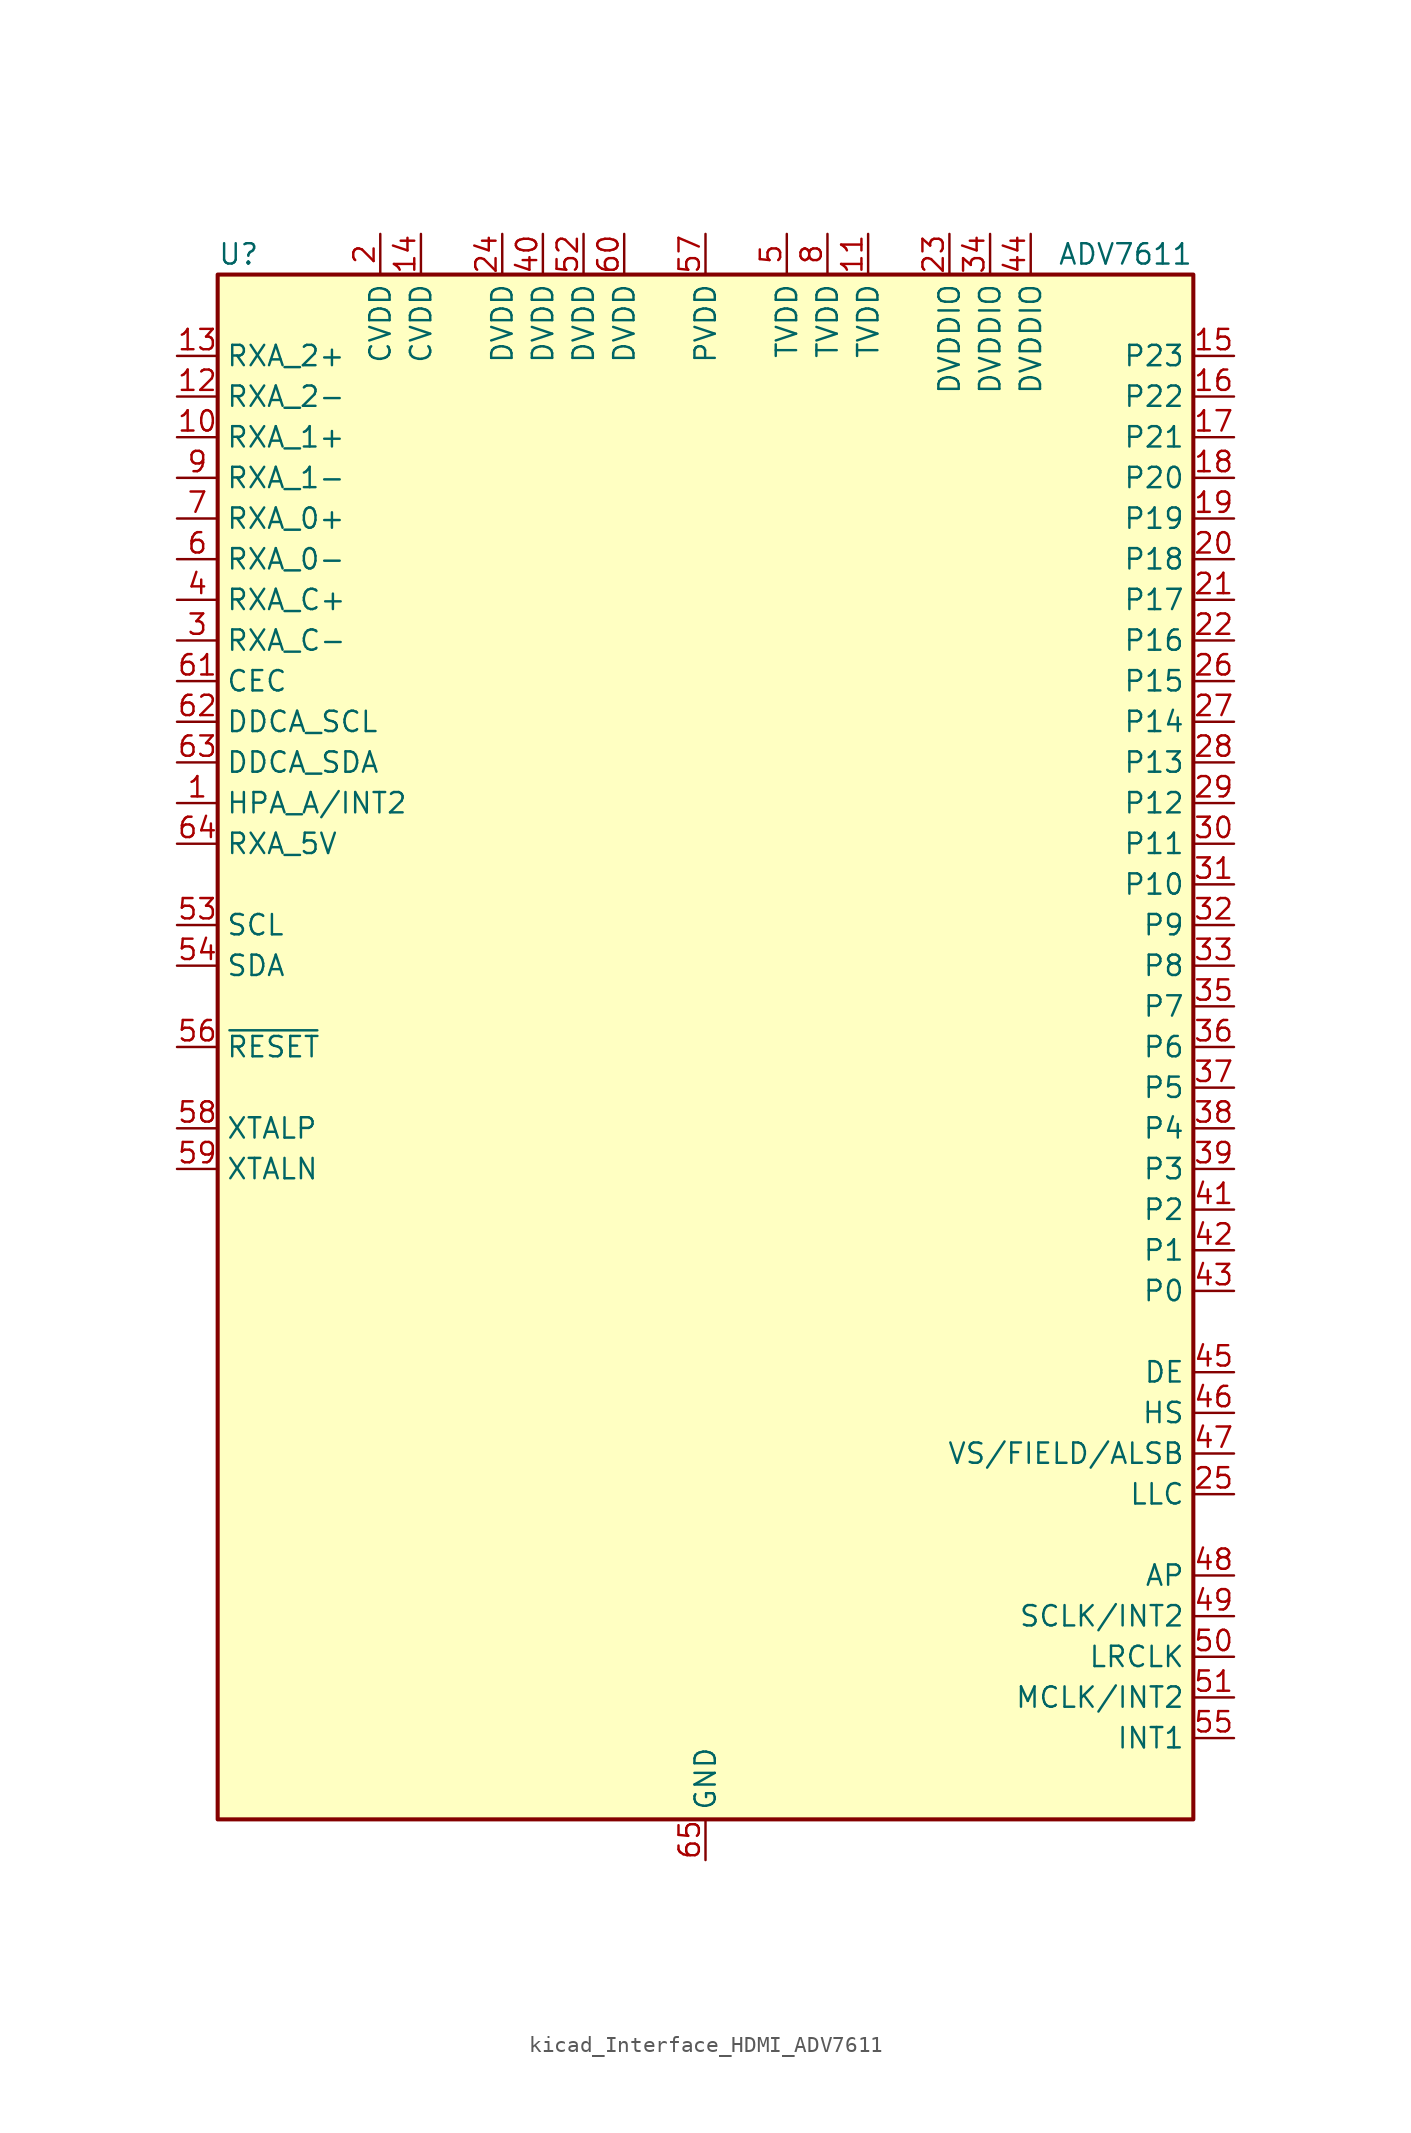
<source format=kicad_sym>
(kicad_symbol_lib
  (version 20220914)
  (generator kicad_symbol_editor)
  (symbol "kicad_Interface_HDMI_ADV7611"
    (property "Reference" "U"
      (at -30.48 49.53 0)
      (effects (font (size 1.27 1.27)) (justify left)))
    (property "Value" "ADV7611"
      (at 30.48 49.53 0)
      (effects (font (size 1.27 1.27)) (justify right)))
    (symbol "kicad_Interface_HDMI_ADV7611_0_1"
      (rectangle (start -30.48 48.26) (end 30.48 -48.26) (stroke (width 0.254) (type default)) (fill (type background))))
    (symbol "kicad_Interface_HDMI_ADV7611_1_1"
      (pin bidirectional line (at -33.02 15.24 0) (length 2.54) (name "HPA_A/INT2" (effects (font (size 1.27 1.27)))) (number "1" (effects (font (size 1.27 1.27)))))
      (pin input line (at -33.02 38.1 0) (length 2.54) (name "RXA_1+" (effects (font (size 1.27 1.27)))) (number "10" (effects (font (size 1.27 1.27)))))
      (pin power_in line (at 10.16 50.8 270) (length 2.54) (name "TVDD" (effects (font (size 1.27 1.27)))) (number "11" (effects (font (size 1.27 1.27)))))
      (pin input line (at -33.02 40.64 0) (length 2.54) (name "RXA_2-" (effects (font (size 1.27 1.27)))) (number "12" (effects (font (size 1.27 1.27)))))
      (pin input line (at -33.02 43.18 0) (length 2.54) (name "RXA_2+" (effects (font (size 1.27 1.27)))) (number "13" (effects (font (size 1.27 1.27)))))
      (pin power_in line (at -17.78 50.8 270) (length 2.54) (name "CVDD" (effects (font (size 1.27 1.27)))) (number "14" (effects (font (size 1.27 1.27)))))
      (pin output line (at 33.02 43.18 180) (length 2.54) (name "P23" (effects (font (size 1.27 1.27)))) (number "15" (effects (font (size 1.27 1.27)))))
      (pin output line (at 33.02 40.64 180) (length 2.54) (name "P22" (effects (font (size 1.27 1.27)))) (number "16" (effects (font (size 1.27 1.27)))))
      (pin output line (at 33.02 38.1 180) (length 2.54) (name "P21" (effects (font (size 1.27 1.27)))) (number "17" (effects (font (size 1.27 1.27)))))
      (pin output line (at 33.02 35.56 180) (length 2.54) (name "P20" (effects (font (size 1.27 1.27)))) (number "18" (effects (font (size 1.27 1.27)))))
      (pin output line (at 33.02 33.02 180) (length 2.54) (name "P19" (effects (font (size 1.27 1.27)))) (number "19" (effects (font (size 1.27 1.27)))))
      (pin power_in line (at -20.32 50.8 270) (length 2.54) (name "CVDD" (effects (font (size 1.27 1.27)))) (number "2" (effects (font (size 1.27 1.27)))))
      (pin output line (at 33.02 30.48 180) (length 2.54) (name "P18" (effects (font (size 1.27 1.27)))) (number "20" (effects (font (size 1.27 1.27)))))
      (pin output line (at 33.02 27.94 180) (length 2.54) (name "P17" (effects (font (size 1.27 1.27)))) (number "21" (effects (font (size 1.27 1.27)))))
      (pin output line (at 33.02 25.4 180) (length 2.54) (name "P16" (effects (font (size 1.27 1.27)))) (number "22" (effects (font (size 1.27 1.27)))))
      (pin power_in line (at 15.24 50.8 270) (length 2.54) (name "DVDDIO" (effects (font (size 1.27 1.27)))) (number "23" (effects (font (size 1.27 1.27)))))
      (pin power_in line (at -12.7 50.8 270) (length 2.54) (name "DVDD" (effects (font (size 1.27 1.27)))) (number "24" (effects (font (size 1.27 1.27)))))
      (pin output line (at 33.02 -27.94 180) (length 2.54) (name "LLC" (effects (font (size 1.27 1.27)))) (number "25" (effects (font (size 1.27 1.27)))))
      (pin output line (at 33.02 22.86 180) (length 2.54) (name "P15" (effects (font (size 1.27 1.27)))) (number "26" (effects (font (size 1.27 1.27)))))
      (pin output line (at 33.02 20.32 180) (length 2.54) (name "P14" (effects (font (size 1.27 1.27)))) (number "27" (effects (font (size 1.27 1.27)))))
      (pin output line (at 33.02 17.78 180) (length 2.54) (name "P13" (effects (font (size 1.27 1.27)))) (number "28" (effects (font (size 1.27 1.27)))))
      (pin output line (at 33.02 15.24 180) (length 2.54) (name "P12" (effects (font (size 1.27 1.27)))) (number "29" (effects (font (size 1.27 1.27)))))
      (pin input line (at -33.02 25.4 0) (length 2.54) (name "RXA_C-" (effects (font (size 1.27 1.27)))) (number "3" (effects (font (size 1.27 1.27)))))
      (pin output line (at 33.02 12.7 180) (length 2.54) (name "P11" (effects (font (size 1.27 1.27)))) (number "30" (effects (font (size 1.27 1.27)))))
      (pin output line (at 33.02 10.16 180) (length 2.54) (name "P10" (effects (font (size 1.27 1.27)))) (number "31" (effects (font (size 1.27 1.27)))))
      (pin output line (at 33.02 7.62 180) (length 2.54) (name "P9" (effects (font (size 1.27 1.27)))) (number "32" (effects (font (size 1.27 1.27)))))
      (pin output line (at 33.02 5.08 180) (length 2.54) (name "P8" (effects (font (size 1.27 1.27)))) (number "33" (effects (font (size 1.27 1.27)))))
      (pin power_in line (at 17.78 50.8 270) (length 2.54) (name "DVDDIO" (effects (font (size 1.27 1.27)))) (number "34" (effects (font (size 1.27 1.27)))))
      (pin output line (at 33.02 2.54 180) (length 2.54) (name "P7" (effects (font (size 1.27 1.27)))) (number "35" (effects (font (size 1.27 1.27)))))
      (pin output line (at 33.02 0 180) (length 2.54) (name "P6" (effects (font (size 1.27 1.27)))) (number "36" (effects (font (size 1.27 1.27)))))
      (pin output line (at 33.02 -2.54 180) (length 2.54) (name "P5" (effects (font (size 1.27 1.27)))) (number "37" (effects (font (size 1.27 1.27)))))
      (pin output line (at 33.02 -5.08 180) (length 2.54) (name "P4" (effects (font (size 1.27 1.27)))) (number "38" (effects (font (size 1.27 1.27)))))
      (pin output line (at 33.02 -7.62 180) (length 2.54) (name "P3" (effects (font (size 1.27 1.27)))) (number "39" (effects (font (size 1.27 1.27)))))
      (pin input line (at -33.02 27.94 0) (length 2.54) (name "RXA_C+" (effects (font (size 1.27 1.27)))) (number "4" (effects (font (size 1.27 1.27)))))
      (pin power_in line (at -10.16 50.8 270) (length 2.54) (name "DVDD" (effects (font (size 1.27 1.27)))) (number "40" (effects (font (size 1.27 1.27)))))
      (pin output line (at 33.02 -10.16 180) (length 2.54) (name "P2" (effects (font (size 1.27 1.27)))) (number "41" (effects (font (size 1.27 1.27)))))
      (pin output line (at 33.02 -12.7 180) (length 2.54) (name "P1" (effects (font (size 1.27 1.27)))) (number "42" (effects (font (size 1.27 1.27)))))
      (pin output line (at 33.02 -15.24 180) (length 2.54) (name "P0" (effects (font (size 1.27 1.27)))) (number "43" (effects (font (size 1.27 1.27)))))
      (pin power_in line (at 20.32 50.8 270) (length 2.54) (name "DVDDIO" (effects (font (size 1.27 1.27)))) (number "44" (effects (font (size 1.27 1.27)))))
      (pin output line (at 33.02 -20.32 180) (length 2.54) (name "DE" (effects (font (size 1.27 1.27)))) (number "45" (effects (font (size 1.27 1.27)))))
      (pin output line (at 33.02 -22.86 180) (length 2.54) (name "HS" (effects (font (size 1.27 1.27)))) (number "46" (effects (font (size 1.27 1.27)))))
      (pin bidirectional line (at 33.02 -25.4 180) (length 2.54) (name "VS/FIELD/ALSB" (effects (font (size 1.27 1.27)))) (number "47" (effects (font (size 1.27 1.27)))))
      (pin output line (at 33.02 -33.02 180) (length 2.54) (name "AP" (effects (font (size 1.27 1.27)))) (number "48" (effects (font (size 1.27 1.27)))))
      (pin output line (at 33.02 -35.56 180) (length 2.54) (name "SCLK/INT2" (effects (font (size 1.27 1.27)))) (number "49" (effects (font (size 1.27 1.27)))))
      (pin power_in line (at 5.08 50.8 270) (length 2.54) (name "TVDD" (effects (font (size 1.27 1.27)))) (number "5" (effects (font (size 1.27 1.27)))))
      (pin output line (at 33.02 -38.1 180) (length 2.54) (name "LRCLK" (effects (font (size 1.27 1.27)))) (number "50" (effects (font (size 1.27 1.27)))))
      (pin output line (at 33.02 -40.64 180) (length 2.54) (name "MCLK/INT2" (effects (font (size 1.27 1.27)))) (number "51" (effects (font (size 1.27 1.27)))))
      (pin power_in line (at -7.62 50.8 270) (length 2.54) (name "DVDD" (effects (font (size 1.27 1.27)))) (number "52" (effects (font (size 1.27 1.27)))))
      (pin input line (at -33.02 7.62 0) (length 2.54) (name "SCL" (effects (font (size 1.27 1.27)))) (number "53" (effects (font (size 1.27 1.27)))))
      (pin bidirectional line (at -33.02 5.08 0) (length 2.54) (name "SDA" (effects (font (size 1.27 1.27)))) (number "54" (effects (font (size 1.27 1.27)))))
      (pin output line (at 33.02 -43.18 180) (length 2.54) (name "INT1" (effects (font (size 1.27 1.27)))) (number "55" (effects (font (size 1.27 1.27)))))
      (pin input line (at -33.02 0 0) (length 2.54) (name "~{RESET}" (effects (font (size 1.27 1.27)))) (number "56" (effects (font (size 1.27 1.27)))))
      (pin power_in line (at 0 50.8 270) (length 2.54) (name "PVDD" (effects (font (size 1.27 1.27)))) (number "57" (effects (font (size 1.27 1.27)))))
      (pin input line (at -33.02 -5.08 0) (length 2.54) (name "XTALP" (effects (font (size 1.27 1.27)))) (number "58" (effects (font (size 1.27 1.27)))))
      (pin input line (at -33.02 -7.62 0) (length 2.54) (name "XTALN" (effects (font (size 1.27 1.27)))) (number "59" (effects (font (size 1.27 1.27)))))
      (pin input line (at -33.02 30.48 0) (length 2.54) (name "RXA_0-" (effects (font (size 1.27 1.27)))) (number "6" (effects (font (size 1.27 1.27)))))
      (pin power_in line (at -5.08 50.8 270) (length 2.54) (name "DVDD" (effects (font (size 1.27 1.27)))) (number "60" (effects (font (size 1.27 1.27)))))
      (pin bidirectional line (at -33.02 22.86 0) (length 2.54) (name "CEC" (effects (font (size 1.27 1.27)))) (number "61" (effects (font (size 1.27 1.27)))))
      (pin input line (at -33.02 20.32 0) (length 2.54) (name "DDCA_SCL" (effects (font (size 1.27 1.27)))) (number "62" (effects (font (size 1.27 1.27)))))
      (pin bidirectional line (at -33.02 17.78 0) (length 2.54) (name "DDCA_SDA" (effects (font (size 1.27 1.27)))) (number "63" (effects (font (size 1.27 1.27)))))
      (pin input line (at -33.02 12.7 0) (length 2.54) (name "RXA_5V" (effects (font (size 1.27 1.27)))) (number "64" (effects (font (size 1.27 1.27)))))
      (pin power_in line (at 0 -50.8 90) (length 2.54) (name "GND" (effects (font (size 1.27 1.27)))) (number "65" (effects (font (size 1.27 1.27)))))
      (pin input line (at -33.02 33.02 0) (length 2.54) (name "RXA_0+" (effects (font (size 1.27 1.27)))) (number "7" (effects (font (size 1.27 1.27)))))
      (pin power_in line (at 7.62 50.8 270) (length 2.54) (name "TVDD" (effects (font (size 1.27 1.27)))) (number "8" (effects (font (size 1.27 1.27)))))
      (pin input line (at -33.02 35.56 0) (length 2.54) (name "RXA_1-" (effects (font (size 1.27 1.27)))) (number "9" (effects (font (size 1.27 1.27))))))))
</source>
